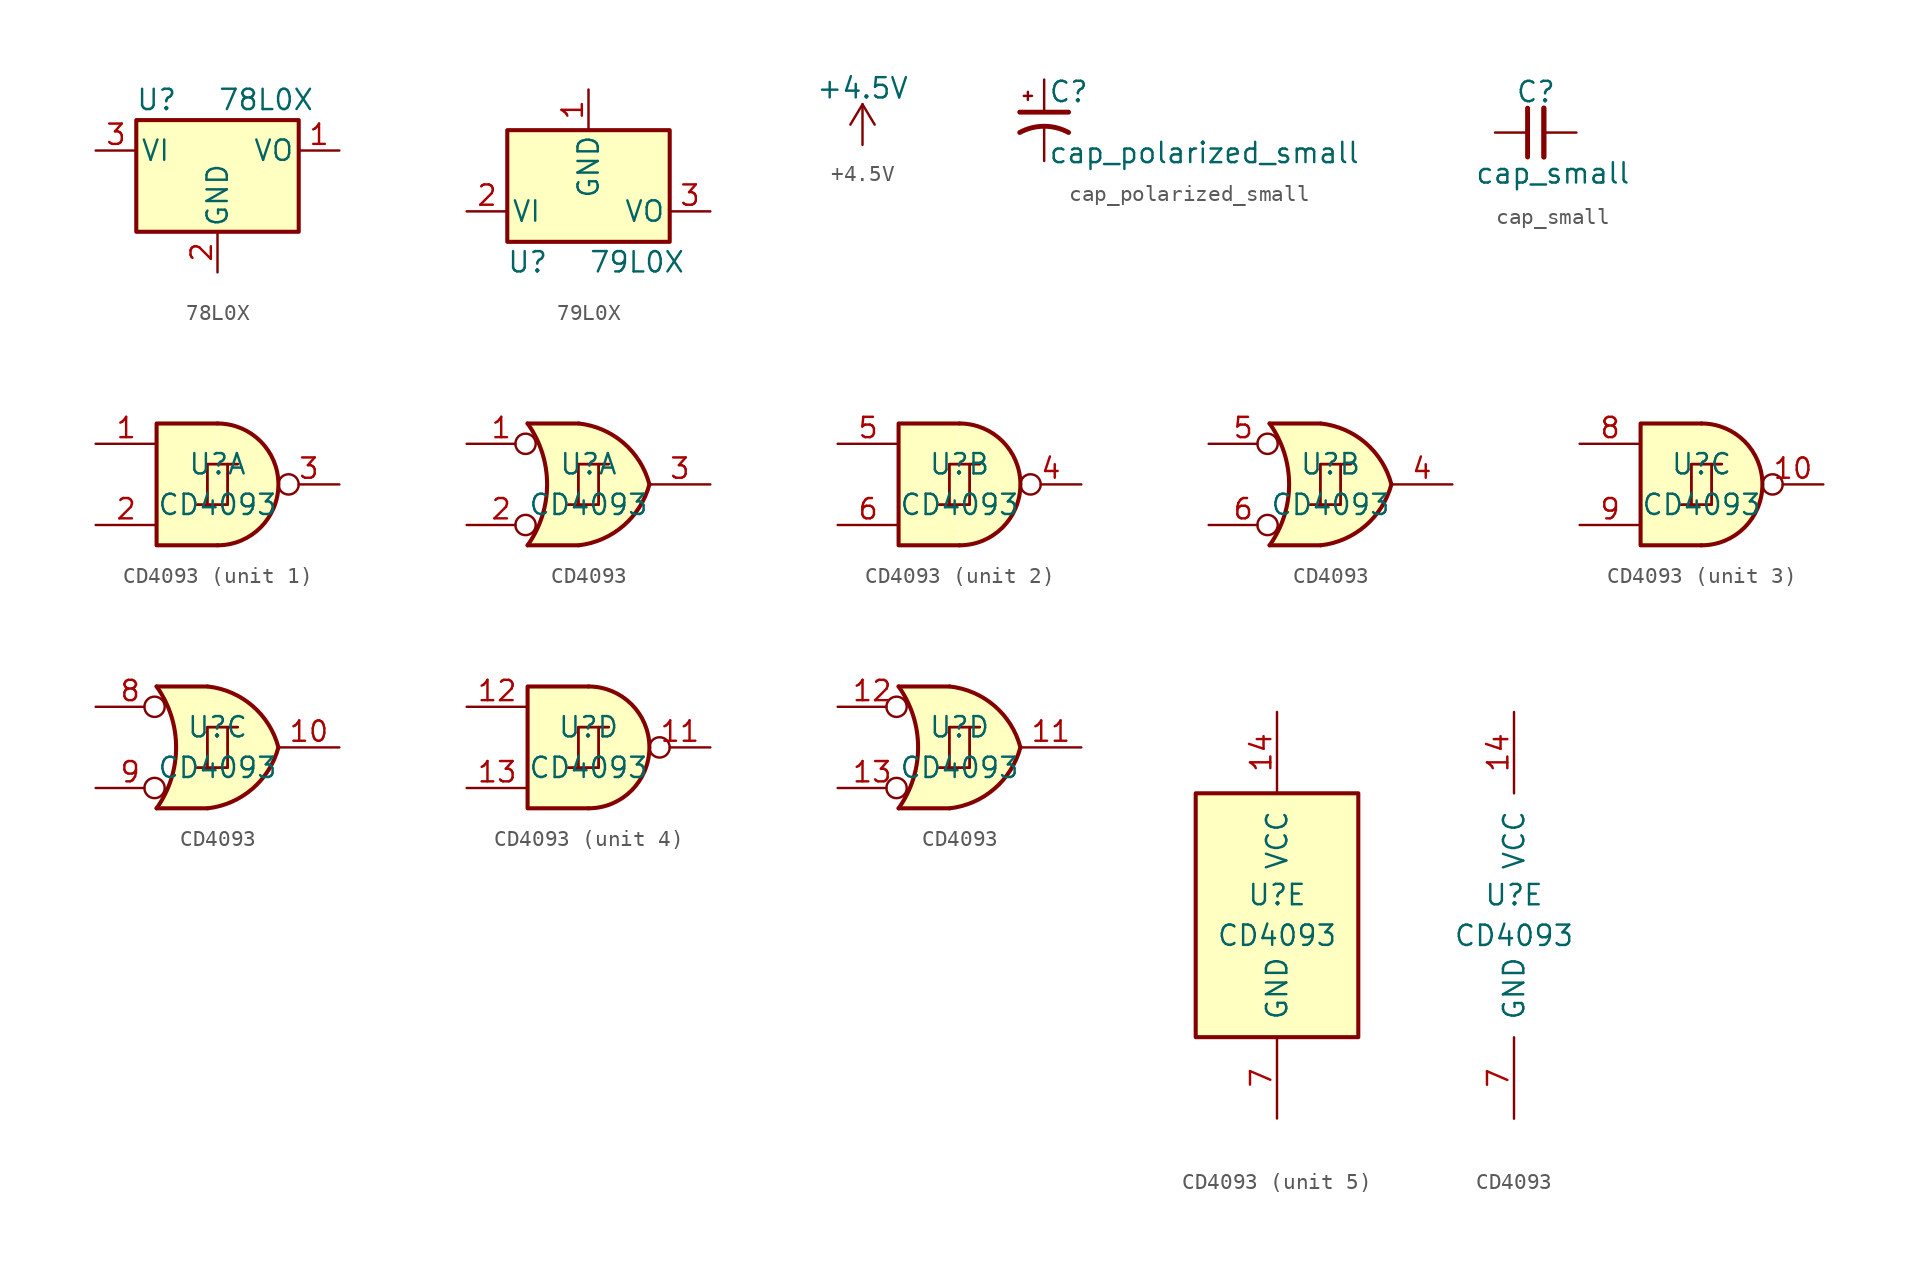
<source format=kicad_sym>
(kicad_symbol_lib
  (version 20211014)
  (generator kicad_symbol_editor)
  (symbol "78L0X"
    (pin_names
      (offset 0.254))
    (property "Reference" "U"
      (at -3.81 3.175 0)
      (effects (font (size 1.27 1.27))))
    (property "Value" "78L0X"
      (at 0 3.175 0)
      (effects (font (size 1.27 1.27)) (justify left)))
    (symbol "78L0X_0_1"
      (rectangle (start -5.08 -5.08) (end 5.08 1.905) (stroke (width 0.254) (type default) (color 0 0 0 0)) (fill (type background))))
    (symbol "78L0X_1_1"
      (pin power_out line (at 7.62 0 180) (length 2.54) (name "VO" (effects (font (size 1.27 1.27)))) (number "1" (effects (font (size 1.27 1.27)))))
      (pin power_in line (at 0 -7.62 90) (length 2.54) (name "GND" (effects (font (size 1.27 1.27)))) (number "2" (effects (font (size 1.27 1.27)))))
      (pin power_in line (at -7.62 0 0) (length 2.54) (name "VI" (effects (font (size 1.27 1.27)))) (number "3" (effects (font (size 1.27 1.27)))))))
  (symbol "79L0X"
    (pin_names
      (offset 0.254))
    (property "Reference" "U"
      (at -3.81 -3.175 0)
      (effects (font (size 1.27 1.27))))
    (property "Value" "79L0X"
      (at 0 -3.175 0)
      (effects (font (size 1.27 1.27)) (justify left)))
    (symbol "79L0X_0_1"
      (rectangle (start -5.08 5.08) (end 5.08 -1.905) (stroke (width 0.254) (type default) (color 0 0 0 0)) (fill (type background))))
    (symbol "79L0X_1_1"
      (pin power_in line (at 0 7.62 270) (length 2.54) (name "GND" (effects (font (size 1.27 1.27)))) (number "1" (effects (font (size 1.27 1.27)))))
      (pin power_in line (at -7.62 0 0) (length 2.54) (name "VI" (effects (font (size 1.27 1.27)))) (number "2" (effects (font (size 1.27 1.27)))))
      (pin power_out line (at 7.62 0 180) (length 2.54) (name "VO" (effects (font (size 1.27 1.27)))) (number "3" (effects (font (size 1.27 1.27)))))))
  (symbol "+4.5V"
    (power)
    (pin_names
      (offset 0))
    (property "Reference" "#PWR"
      (at 0 -3.81 0)
      (effects (font (size 1.27 1.27)) hide))
    (property "Value" "+4.5V"
      (at 0 3.556 0)
      (effects (font (size 1.27 1.27))))
    (symbol "+4.5V_0_1"
      (polyline (pts (xy -0.762 1.27) (xy 0 2.54)) (stroke (width 0) (type default) (color 0 0 0 0)) (fill (type none)))
      (polyline (pts (xy 0 0) (xy 0 2.54)) (stroke (width 0) (type default) (color 0 0 0 0)) (fill (type none)))
      (polyline (pts (xy 0 2.54) (xy 0.762 1.27)) (stroke (width 0) (type default) (color 0 0 0 0)) (fill (type none))))
    (symbol "+4.5V_1_1"
      (pin power_in line (at 0 0 90) (length 0) hide (name "+9V" (effects (font (size 1.27 1.27)))) (number "1" (effects (font (size 1.27 1.27)))))))
  (symbol "cap_polarized_small"
    (pin_numbers hide)
    (pin_names
      (offset 0.254) hide)
    (property "Reference" "C"
      (at 0.254 1.778 0)
      (effects (font (size 1.27 1.27)) (justify left)))
    (property "Value" "cap_polarized_small"
      (at 0.254 -2.032 0)
      (effects (font (size 1.27 1.27)) (justify left)))
    (symbol "cap_polarized_small_0_1"
      (polyline (pts (xy -1.524 0.508) (xy 1.524 0.508)) (stroke (width 0.305) (type default) (color 0 0 0 0)) (fill (type none)))
      (polyline (pts (xy -1.27 1.524) (xy -0.762 1.524)) (stroke (width 0) (type default) (color 0 0 0 0)) (fill (type none)))
      (polyline (pts (xy -1.016 1.27) (xy -1.016 1.778)) (stroke (width 0) (type default) (color 0 0 0 0)) (fill (type none)))
      (arc (start 1.524 -0.762) (mid 0 -0.3734) (end -1.524 -0.762) (stroke (width 0.3048) (type default) (color 0 0 0 0)) (fill (type none))))
    (symbol "cap_polarized_small_1_1"
      (pin passive line (at 0 2.54 270) (length 2.032) (name "~" (effects (font (size 1.27 1.27)))) (number "1" (effects (font (size 1.27 1.27)))))
      (pin passive line (at 0 -2.54 90) (length 2.032) (name "~" (effects (font (size 1.27 1.27)))) (number "2" (effects (font (size 1.27 1.27)))))))
  (symbol "cap_small"
    (pin_numbers hide)
    (pin_names
      (offset 0.254) hide)
    (property "Reference" "C"
      (at -1.27 2.54 0)
      (effects (font (size 1.27 1.27)) (justify left)))
    (property "Value" "cap_small"
      (at -3.81 -2.54 0)
      (effects (font (size 1.27 1.27)) (justify left)))
    (symbol "cap_small_0_1"
      (polyline (pts (xy -0.508 -1.524) (xy -0.508 1.524)) (stroke (width 0.305) (type default) (color 0 0 0 0)) (fill (type none)))
      (polyline (pts (xy 0.508 -1.524) (xy 0.508 1.524)) (stroke (width 0.33) (type default) (color 0 0 0 0)) (fill (type none))))
    (symbol "cap_small_1_1"
      (pin passive line (at -2.54 0 0) (length 2.032) (name "~" (effects (font (size 1.27 1.27)))) (number "1" (effects (font (size 1.27 1.27)))))
      (pin passive line (at 2.54 0 180) (length 2.032) (name "~" (effects (font (size 1.27 1.27)))) (number "2" (effects (font (size 1.27 1.27)))))))
  (symbol "CD4093"
    (pin_names
      (offset 1.016))
    (property "Reference" "U"
      (at 0 1.27 0)
      (effects (font (size 1.27 1.27))))
    (property "Value" "CD4093"
      (at 0 -1.27 0)
      (effects (font (size 1.27 1.27))))
    (property "ki_locked" ""
      (at 0 0 0)
      (effects (font (size 1.27 1.27))))
    (symbol "CD4093_1_0"
      (polyline (pts (xy -0.635 -1.27) (xy -0.635 1.27) (xy 0.635 1.27)) (stroke (width 0) (type default) (color 0 0 0 0)) (fill (type none)))
      (polyline (pts (xy -0.635 -1.27) (xy -0.635 1.27) (xy 0.635 1.27)) (stroke (width 0) (type default) (color 0 0 0 0)) (fill (type none)))
      (polyline (pts (xy -1.27 -1.27) (xy 0.635 -1.27) (xy 0.635 1.27) (xy 1.27 1.27)) (stroke (width 0) (type default) (color 0 0 0 0)) (fill (type none)))
      (polyline (pts (xy -1.27 -1.27) (xy 0.635 -1.27) (xy 0.635 1.27) (xy 1.27 1.27)) (stroke (width 0) (type default) (color 0 0 0 0)) (fill (type none))))
    (symbol "CD4093_1_1"
      (arc (start 0 -3.81) (mid 3.81 0) (end 0 3.81) (stroke (width 0.254) (type default) (color 0 0 0 0)) (fill (type background)))
      (polyline (pts (xy 0 3.81) (xy -3.81 3.81) (xy -3.81 -3.81) (xy 0 -3.81)) (stroke (width 0.254) (type default) (color 0 0 0 0)) (fill (type background)))
      (pin input line (at -7.62 2.54 0) (length 3.81) (name "~" (effects (font (size 1.27 1.27)))) (number "1" (effects (font (size 1.27 1.27)))))
      (pin input line (at -7.62 -2.54 0) (length 3.81) (name "~" (effects (font (size 1.27 1.27)))) (number "2" (effects (font (size 1.27 1.27)))))
      (pin output inverted (at 7.62 0 180) (length 3.81) (name "~" (effects (font (size 1.27 1.27)))) (number "3" (effects (font (size 1.27 1.27))))))
    (symbol "CD4093_1_2"
      (arc (start -3.81 -3.81) (mid -2.589 0) (end -3.81 3.81) (stroke (width 0.254) (type default) (color 0 0 0 0)) (fill (type none)))
      (arc (start -0.6096 -3.81) (mid 2.1842 -2.5851) (end 3.81 0) (stroke (width 0.254) (type default) (color 0 0 0 0)) (fill (type background)))
      (polyline (pts (xy -3.81 -3.81) (xy -0.635 -3.81)) (stroke (width 0.254) (type default) (color 0 0 0 0)) (fill (type background)))
      (polyline (pts (xy -3.81 3.81) (xy -0.635 3.81)) (stroke (width 0.254) (type default) (color 0 0 0 0)) (fill (type background)))
      (polyline (pts (xy -0.635 3.81) (xy -3.81 3.81) (xy -3.81 3.81) (xy -3.556 3.404) (xy -3.023 2.261) (xy -2.692 1.041) (xy -2.616 -0.254) (xy -2.769 -1.499) (xy -3.175 -2.718) (xy -3.81 -3.81) (xy -3.81 -3.81) (xy -0.635 -3.81)) (stroke (width -25.4) (type default) (color 0 0 0 0)) (fill (type background)))
      (arc (start 3.81 0) (mid 2.1915 2.5936) (end -0.6096 3.81) (stroke (width 0.254) (type default) (color 0 0 0 0)) (fill (type background)))
      (pin input inverted (at -7.62 2.54 0) (length 4.318) (name "~" (effects (font (size 1.27 1.27)))) (number "1" (effects (font (size 1.27 1.27)))))
      (pin input inverted (at -7.62 -2.54 0) (length 4.318) (name "~" (effects (font (size 1.27 1.27)))) (number "2" (effects (font (size 1.27 1.27)))))
      (pin output line (at 7.62 0 180) (length 3.81) (name "~" (effects (font (size 1.27 1.27)))) (number "3" (effects (font (size 1.27 1.27))))))
    (symbol "CD4093_2_0"
      (polyline (pts (xy -0.635 -1.27) (xy -0.635 1.27) (xy 0.635 1.27)) (stroke (width 0) (type default) (color 0 0 0 0)) (fill (type none)))
      (polyline (pts (xy -0.635 -1.27) (xy -0.635 1.27) (xy 0.635 1.27)) (stroke (width 0) (type default) (color 0 0 0 0)) (fill (type none)))
      (polyline (pts (xy -1.27 -1.27) (xy 0.635 -1.27) (xy 0.635 1.27) (xy 1.27 1.27)) (stroke (width 0) (type default) (color 0 0 0 0)) (fill (type none)))
      (polyline (pts (xy -1.27 -1.27) (xy 0.635 -1.27) (xy 0.635 1.27) (xy 1.27 1.27)) (stroke (width 0) (type default) (color 0 0 0 0)) (fill (type none))))
    (symbol "CD4093_2_1"
      (arc (start 0 -3.81) (mid 3.81 0) (end 0 3.81) (stroke (width 0.254) (type default) (color 0 0 0 0)) (fill (type background)))
      (polyline (pts (xy 0 3.81) (xy -3.81 3.81) (xy -3.81 -3.81) (xy 0 -3.81)) (stroke (width 0.254) (type default) (color 0 0 0 0)) (fill (type background)))
      (pin output inverted (at 7.62 0 180) (length 3.81) (name "~" (effects (font (size 1.27 1.27)))) (number "4" (effects (font (size 1.27 1.27)))))
      (pin input line (at -7.62 2.54 0) (length 3.81) (name "~" (effects (font (size 1.27 1.27)))) (number "5" (effects (font (size 1.27 1.27)))))
      (pin input line (at -7.62 -2.54 0) (length 3.81) (name "~" (effects (font (size 1.27 1.27)))) (number "6" (effects (font (size 1.27 1.27))))))
    (symbol "CD4093_2_2"
      (arc (start -3.81 -3.81) (mid -2.589 0) (end -3.81 3.81) (stroke (width 0.254) (type default) (color 0 0 0 0)) (fill (type none)))
      (arc (start -0.6096 -3.81) (mid 2.1842 -2.5851) (end 3.81 0) (stroke (width 0.254) (type default) (color 0 0 0 0)) (fill (type background)))
      (polyline (pts (xy -3.81 -3.81) (xy -0.635 -3.81)) (stroke (width 0.254) (type default) (color 0 0 0 0)) (fill (type background)))
      (polyline (pts (xy -3.81 3.81) (xy -0.635 3.81)) (stroke (width 0.254) (type default) (color 0 0 0 0)) (fill (type background)))
      (polyline (pts (xy -0.635 3.81) (xy -3.81 3.81) (xy -3.81 3.81) (xy -3.556 3.404) (xy -3.023 2.261) (xy -2.692 1.041) (xy -2.616 -0.254) (xy -2.769 -1.499) (xy -3.175 -2.718) (xy -3.81 -3.81) (xy -3.81 -3.81) (xy -0.635 -3.81)) (stroke (width -25.4) (type default) (color 0 0 0 0)) (fill (type background)))
      (arc (start 3.81 0) (mid 2.1915 2.5936) (end -0.6096 3.81) (stroke (width 0.254) (type default) (color 0 0 0 0)) (fill (type background)))
      (pin output line (at 7.62 0 180) (length 3.81) (name "~" (effects (font (size 1.27 1.27)))) (number "4" (effects (font (size 1.27 1.27)))))
      (pin input inverted (at -7.62 2.54 0) (length 4.318) (name "~" (effects (font (size 1.27 1.27)))) (number "5" (effects (font (size 1.27 1.27)))))
      (pin input inverted (at -7.62 -2.54 0) (length 4.318) (name "~" (effects (font (size 1.27 1.27)))) (number "6" (effects (font (size 1.27 1.27))))))
    (symbol "CD4093_3_0"
      (polyline (pts (xy -0.635 -1.27) (xy -0.635 1.27) (xy 0.635 1.27)) (stroke (width 0) (type default) (color 0 0 0 0)) (fill (type none)))
      (polyline (pts (xy -0.635 -1.27) (xy -0.635 1.27) (xy 0.635 1.27)) (stroke (width 0) (type default) (color 0 0 0 0)) (fill (type none)))
      (polyline (pts (xy -1.27 -1.27) (xy 0.635 -1.27) (xy 0.635 1.27) (xy 1.27 1.27)) (stroke (width 0) (type default) (color 0 0 0 0)) (fill (type none)))
      (polyline (pts (xy -1.27 -1.27) (xy 0.635 -1.27) (xy 0.635 1.27) (xy 1.27 1.27)) (stroke (width 0) (type default) (color 0 0 0 0)) (fill (type none))))
    (symbol "CD4093_3_1"
      (arc (start 0 -3.81) (mid 3.81 0) (end 0 3.81) (stroke (width 0.254) (type default) (color 0 0 0 0)) (fill (type background)))
      (polyline (pts (xy 0 3.81) (xy -3.81 3.81) (xy -3.81 -3.81) (xy 0 -3.81)) (stroke (width 0.254) (type default) (color 0 0 0 0)) (fill (type background)))
      (pin output inverted (at 7.62 0 180) (length 3.81) (name "~" (effects (font (size 1.27 1.27)))) (number "10" (effects (font (size 1.27 1.27)))))
      (pin input line (at -7.62 2.54 0) (length 3.81) (name "~" (effects (font (size 1.27 1.27)))) (number "8" (effects (font (size 1.27 1.27)))))
      (pin input line (at -7.62 -2.54 0) (length 3.81) (name "~" (effects (font (size 1.27 1.27)))) (number "9" (effects (font (size 1.27 1.27))))))
    (symbol "CD4093_3_2"
      (arc (start -3.81 -3.81) (mid -2.589 0) (end -3.81 3.81) (stroke (width 0.254) (type default) (color 0 0 0 0)) (fill (type none)))
      (arc (start -0.6096 -3.81) (mid 2.1842 -2.5851) (end 3.81 0) (stroke (width 0.254) (type default) (color 0 0 0 0)) (fill (type background)))
      (polyline (pts (xy -3.81 -3.81) (xy -0.635 -3.81)) (stroke (width 0.254) (type default) (color 0 0 0 0)) (fill (type background)))
      (polyline (pts (xy -3.81 3.81) (xy -0.635 3.81)) (stroke (width 0.254) (type default) (color 0 0 0 0)) (fill (type background)))
      (polyline (pts (xy -0.635 3.81) (xy -3.81 3.81) (xy -3.81 3.81) (xy -3.556 3.404) (xy -3.023 2.261) (xy -2.692 1.041) (xy -2.616 -0.254) (xy -2.769 -1.499) (xy -3.175 -2.718) (xy -3.81 -3.81) (xy -3.81 -3.81) (xy -0.635 -3.81)) (stroke (width -25.4) (type default) (color 0 0 0 0)) (fill (type background)))
      (arc (start 3.81 0) (mid 2.1915 2.5936) (end -0.6096 3.81) (stroke (width 0.254) (type default) (color 0 0 0 0)) (fill (type background)))
      (pin output line (at 7.62 0 180) (length 3.81) (name "~" (effects (font (size 1.27 1.27)))) (number "10" (effects (font (size 1.27 1.27)))))
      (pin input inverted (at -7.62 2.54 0) (length 4.318) (name "~" (effects (font (size 1.27 1.27)))) (number "8" (effects (font (size 1.27 1.27)))))
      (pin input inverted (at -7.62 -2.54 0) (length 4.318) (name "~" (effects (font (size 1.27 1.27)))) (number "9" (effects (font (size 1.27 1.27))))))
    (symbol "CD4093_4_0"
      (polyline (pts (xy -0.635 -1.27) (xy -0.635 1.27) (xy 0.635 1.27)) (stroke (width 0) (type default) (color 0 0 0 0)) (fill (type none)))
      (polyline (pts (xy -0.635 -1.27) (xy -0.635 1.27) (xy 0.635 1.27)) (stroke (width 0) (type default) (color 0 0 0 0)) (fill (type none)))
      (polyline (pts (xy -1.27 -1.27) (xy 0.635 -1.27) (xy 0.635 1.27) (xy 1.27 1.27)) (stroke (width 0) (type default) (color 0 0 0 0)) (fill (type none)))
      (polyline (pts (xy -1.27 -1.27) (xy 0.635 -1.27) (xy 0.635 1.27) (xy 1.27 1.27)) (stroke (width 0) (type default) (color 0 0 0 0)) (fill (type none))))
    (symbol "CD4093_4_1"
      (arc (start 0 -3.81) (mid 3.81 0) (end 0 3.81) (stroke (width 0.254) (type default) (color 0 0 0 0)) (fill (type background)))
      (polyline (pts (xy 0 3.81) (xy -3.81 3.81) (xy -3.81 -3.81) (xy 0 -3.81)) (stroke (width 0.254) (type default) (color 0 0 0 0)) (fill (type background)))
      (pin output inverted (at 7.62 0 180) (length 3.81) (name "~" (effects (font (size 1.27 1.27)))) (number "11" (effects (font (size 1.27 1.27)))))
      (pin input line (at -7.62 2.54 0) (length 3.81) (name "~" (effects (font (size 1.27 1.27)))) (number "12" (effects (font (size 1.27 1.27)))))
      (pin input line (at -7.62 -2.54 0) (length 3.81) (name "~" (effects (font (size 1.27 1.27)))) (number "13" (effects (font (size 1.27 1.27))))))
    (symbol "CD4093_4_2"
      (arc (start -3.81 -3.81) (mid -2.589 0) (end -3.81 3.81) (stroke (width 0.254) (type default) (color 0 0 0 0)) (fill (type none)))
      (arc (start -0.6096 -3.81) (mid 2.1842 -2.5851) (end 3.81 0) (stroke (width 0.254) (type default) (color 0 0 0 0)) (fill (type background)))
      (polyline (pts (xy -3.81 -3.81) (xy -0.635 -3.81)) (stroke (width 0.254) (type default) (color 0 0 0 0)) (fill (type background)))
      (polyline (pts (xy -3.81 3.81) (xy -0.635 3.81)) (stroke (width 0.254) (type default) (color 0 0 0 0)) (fill (type background)))
      (polyline (pts (xy -0.635 3.81) (xy -3.81 3.81) (xy -3.81 3.81) (xy -3.556 3.404) (xy -3.023 2.261) (xy -2.692 1.041) (xy -2.616 -0.254) (xy -2.769 -1.499) (xy -3.175 -2.718) (xy -3.81 -3.81) (xy -3.81 -3.81) (xy -0.635 -3.81)) (stroke (width -25.4) (type default) (color 0 0 0 0)) (fill (type background)))
      (arc (start 3.81 0) (mid 2.1915 2.5936) (end -0.6096 3.81) (stroke (width 0.254) (type default) (color 0 0 0 0)) (fill (type background)))
      (pin output line (at 7.62 0 180) (length 3.81) (name "~" (effects (font (size 1.27 1.27)))) (number "11" (effects (font (size 1.27 1.27)))))
      (pin input inverted (at -7.62 2.54 0) (length 4.318) (name "~" (effects (font (size 1.27 1.27)))) (number "12" (effects (font (size 1.27 1.27)))))
      (pin input inverted (at -7.62 -2.54 0) (length 4.318) (name "~" (effects (font (size 1.27 1.27)))) (number "13" (effects (font (size 1.27 1.27))))))
    (symbol "CD4093_5_0"
      (pin power_in line (at 0 12.7 270) (length 5.08) (name "VCC" (effects (font (size 1.27 1.27)))) (number "14" (effects (font (size 1.27 1.27)))))
      (pin power_in line (at 0 -12.7 90) (length 5.08) (name "GND" (effects (font (size 1.27 1.27)))) (number "7" (effects (font (size 1.27 1.27))))))
    (symbol "CD4093_5_1"
      (rectangle (start -5.08 7.62) (end 5.08 -7.62) (stroke (width 0.254) (type default) (color 0 0 0 0)) (fill (type background))))))
</source>
